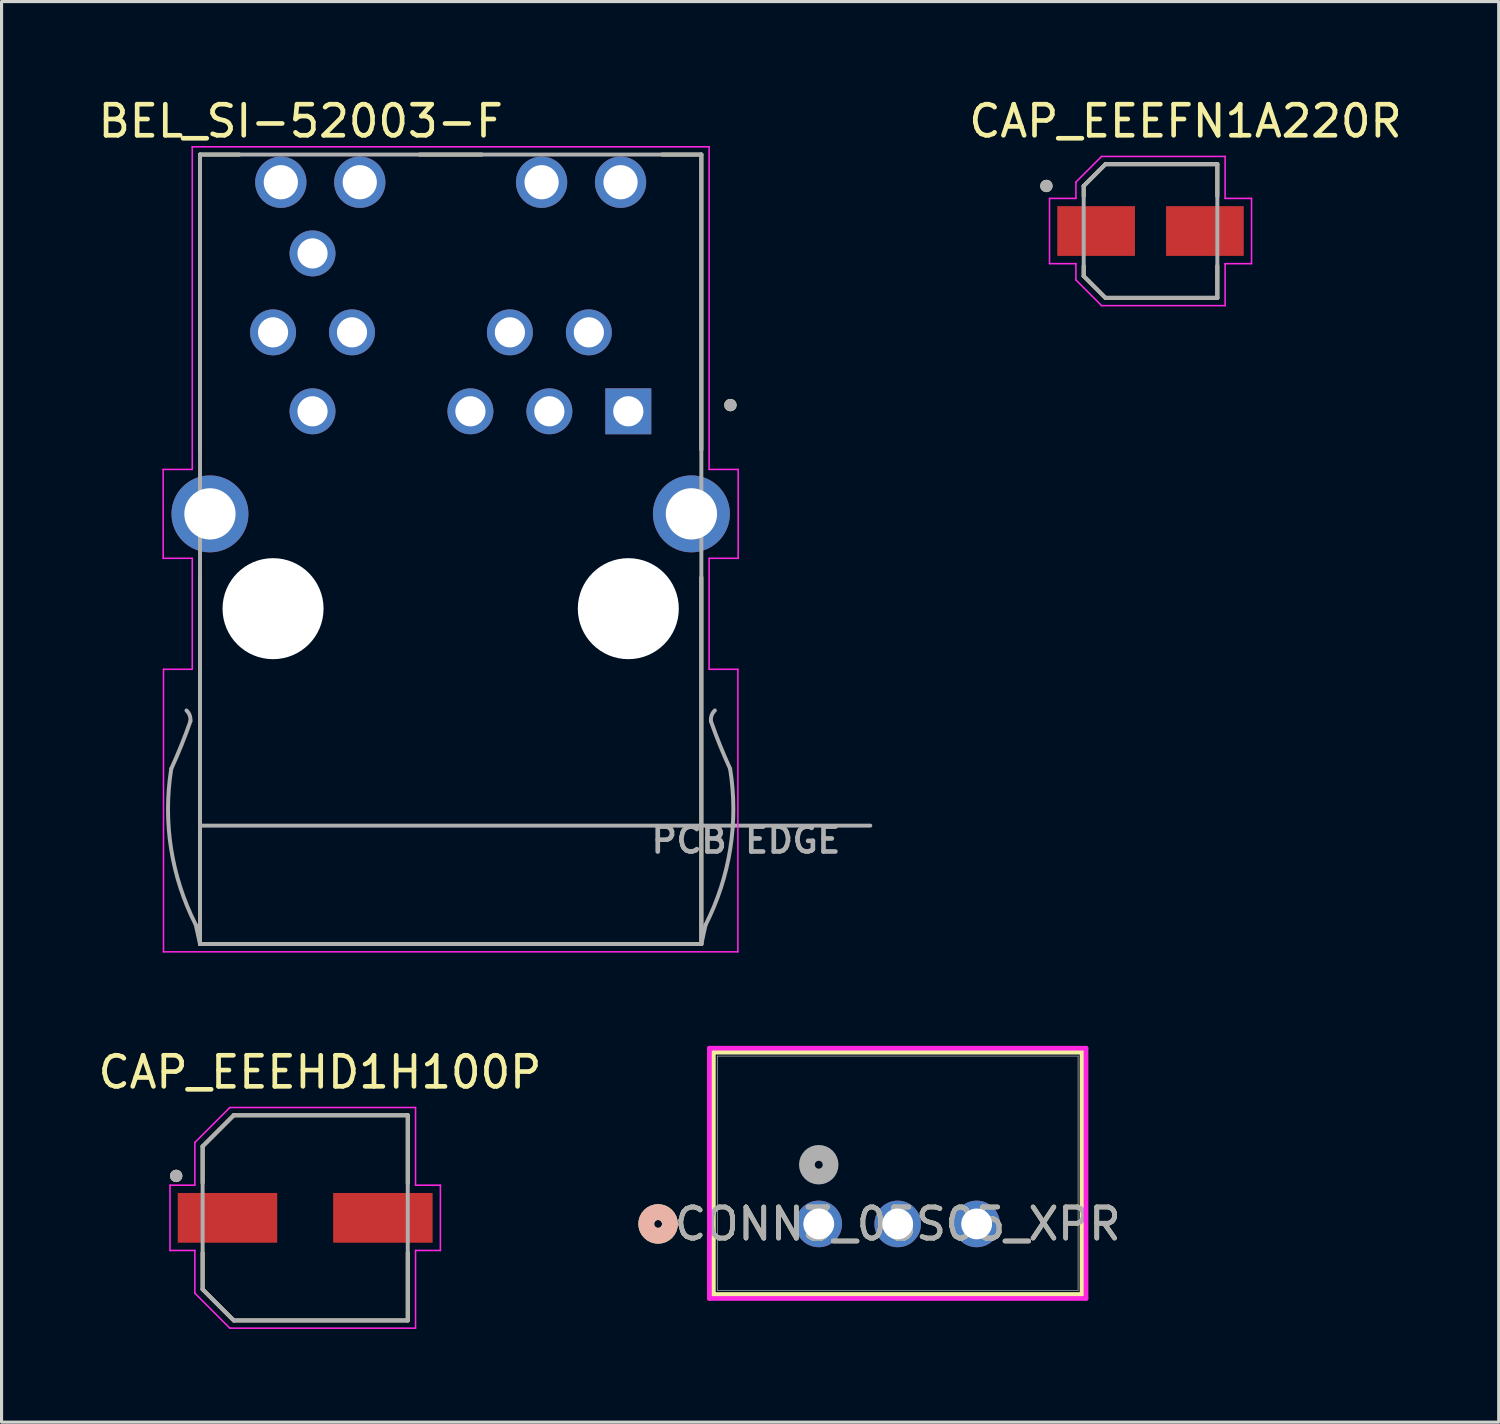
<source format=kicad_pcb>
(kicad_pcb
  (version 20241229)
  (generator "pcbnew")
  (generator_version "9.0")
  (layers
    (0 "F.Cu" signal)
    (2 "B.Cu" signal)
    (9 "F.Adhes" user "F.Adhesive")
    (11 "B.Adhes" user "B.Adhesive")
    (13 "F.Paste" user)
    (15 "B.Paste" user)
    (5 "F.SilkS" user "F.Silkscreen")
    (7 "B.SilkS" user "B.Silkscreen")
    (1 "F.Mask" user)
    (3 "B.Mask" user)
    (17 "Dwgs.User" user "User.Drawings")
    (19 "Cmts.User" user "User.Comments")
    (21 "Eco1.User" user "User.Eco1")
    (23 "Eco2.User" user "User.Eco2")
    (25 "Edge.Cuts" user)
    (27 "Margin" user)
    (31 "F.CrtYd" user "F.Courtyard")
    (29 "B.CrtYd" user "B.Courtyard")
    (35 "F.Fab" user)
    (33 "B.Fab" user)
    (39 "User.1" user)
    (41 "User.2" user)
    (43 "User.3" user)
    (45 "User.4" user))
  (footprint "BEL_SI-52003-F"
    (layer "F.Cu")
    (at 11.45 13.483)
    (property "Reference" "BEL_SI-52003-F" (at -4.825 -12.635 0) (layer "F.SilkS") (effects (font (size 1 1) (thickness 0.15))))
    (attr through_hole)
    (fp_line (start -8.065 -11.56) (end -8.065 -2.06) (stroke (width 0.127) (type solid)) (layer "F.SilkS"))
    (fp_line (start -8.065 -11.56) (end -6.8 -11.56) (stroke (width 0.127) (type solid)) (layer "F.SilkS"))
    (fp_line (start -8.065 2.04) (end -8.065 13.84) (stroke (width 0.127) (type solid)) (layer "F.SilkS"))
    (fp_line (start -1 -11.56) (end 1 -11.56) (stroke (width 0.127) (type solid)) (layer "F.SilkS"))
    (fp_line (start 6.8 -11.56) (end 8.065 -11.56) (stroke (width 0.127) (type solid)) (layer "F.SilkS"))
    (fp_line (start 8.065 -11.56) (end 8.065 -2.06) (stroke (width 0.127) (type solid)) (layer "F.SilkS"))
    (fp_line (start 8.065 2.04) (end 8.065 13.84) (stroke (width 0.127) (type solid)) (layer "F.SilkS"))
    (fp_line (start 8.065 13.84) (end -8.065 13.84) (stroke (width 0.127) (type solid)) (layer "F.SilkS"))
    (fp_circle (center 9 -3.5) (end 9.1 -3.5) (stroke (width 0.2) (type solid)) (fill no) (layer "F.SilkS"))
    (fp_line (start -9.25 -1.43) (end -8.315 -1.43) (stroke (width 0.05) (type solid)) (layer "F.CrtYd"))
    (fp_line (start -9.25 1.43) (end -9.25 -1.43) (stroke (width 0.05) (type solid)) (layer "F.CrtYd"))
    (fp_line (start -9.24 5) (end -8.315 5) (stroke (width 0.05) (type solid)) (layer "F.CrtYd"))
    (fp_line (start -9.24 14.09) (end -9.24 5) (stroke (width 0.05) (type solid)) (layer "F.CrtYd"))
    (fp_line (start -8.315 -11.81) (end 8.315 -11.81) (stroke (width 0.05) (type solid)) (layer "F.CrtYd"))
    (fp_line (start -8.315 -1.43) (end -8.315 -11.81) (stroke (width 0.05) (type solid)) (layer "F.CrtYd"))
    (fp_line (start -8.315 1.43) (end -9.25 1.43) (stroke (width 0.05) (type solid)) (layer "F.CrtYd"))
    (fp_line (start -8.315 5) (end -8.315 1.43) (stroke (width 0.05) (type solid)) (layer "F.CrtYd"))
    (fp_line (start 8.315 -11.81) (end 8.315 -1.43) (stroke (width 0.05) (type solid)) (layer "F.CrtYd"))
    (fp_line (start 8.315 -1.43) (end 9.25 -1.43) (stroke (width 0.05) (type solid)) (layer "F.CrtYd"))
    (fp_line (start 8.315 1.43) (end 8.315 5) (stroke (width 0.05) (type solid)) (layer "F.CrtYd"))
    (fp_line (start 8.315 5) (end 9.24 5) (stroke (width 0.05) (type solid)) (layer "F.CrtYd"))
    (fp_line (start 9.24 5) (end 9.24 14.09) (stroke (width 0.05) (type solid)) (layer "F.CrtYd"))
    (fp_line (start 9.24 14.09) (end -9.24 14.09) (stroke (width 0.05) (type solid)) (layer "F.CrtYd"))
    (fp_line (start 9.25 -1.43) (end 9.25 1.43) (stroke (width 0.05) (type solid)) (layer "F.CrtYd"))
    (fp_line (start 9.25 1.43) (end 8.315 1.43) (stroke (width 0.05) (type solid)) (layer "F.CrtYd"))
    (fp_line (start -8.065 -11.56) (end 8.065 -11.56) (stroke (width 0.127) (type solid)) (layer "F.Fab"))
    (fp_line (start -8.065 10.03) (end -8.065 -11.56) (stroke (width 0.127) (type solid)) (layer "F.Fab"))
    (fp_line (start -8.065 10.03) (end 13.5 10.03) (stroke (width 0.127) (type solid)) (layer "F.Fab"))
    (fp_line (start -8.065 13.84) (end -8.2 13.225) (stroke (width 0.127) (type solid)) (layer "F.Fab"))
    (fp_line (start -8.065 13.84) (end -8.065 10.03) (stroke (width 0.127) (type solid)) (layer "F.Fab"))
    (fp_line (start 8.065 -11.56) (end 8.065 13.84) (stroke (width 0.127) (type solid)) (layer "F.Fab"))
    (fp_line (start 8.065 13.84) (end -8.065 13.84) (stroke (width 0.127) (type solid)) (layer "F.Fab"))
    (fp_line (start 8.065 13.84) (end 8.2 13.225) (stroke (width 0.127) (type solid)) (layer "F.Fab"))
    (fp_arc (start -8.5 6.325) (mid -8.395272 6.484919) (end -8.375 6.675) (stroke (width 0.127) (type solid)) (layer "F.Fab"))
    (fp_arc (start -8.375 6.675) (mid -8.66425 7.44486) (end -8.99 8.2) (stroke (width 0.127) (type solid)) (layer "F.Fab"))
    (fp_arc (start -8.2 13.225) (mid -8.994768 10.775349) (end -8.99 8.2) (stroke (width 0.127) (type solid)) (layer "F.Fab"))
    (fp_arc (start 8.375 6.675) (mid 8.395272 6.484918) (end 8.5 6.325) (stroke (width 0.127) (type solid)) (layer "F.Fab"))
    (fp_arc (start 8.99 8.2) (mid 8.994768 10.775349) (end 8.2 13.225) (stroke (width 0.127) (type solid)) (layer "F.Fab"))
    (fp_arc (start 8.99 8.2) (mid 8.66425 7.44486) (end 8.375 6.675) (stroke (width 0.127) (type solid)) (layer "F.Fab"))
    (fp_circle (center 9 -3.5) (end 9.1 -3.5) (stroke (width 0.2) (type solid)) (fill no) (layer "F.Fab"))
    (fp_text user "PCB EDGE" (at 9.5 10.5 0) (layer "F.Fab") (effects (font (size 0.8 0.8) (thickness 0.15))))
    (pad "" np_thru_hole circle (at -5.715 3.05) (size 3.25 3.25) (drill 3.25) (layers "*.Cu" "*.Mask"))
    (pad "" np_thru_hole circle (at 5.715 3.05) (size 3.25 3.25) (drill 3.25) (layers "*.Cu" "*.Mask"))
    (pad "1" thru_hole rect (at 5.715 -3.3) (size 1.478 1.478) (drill 0.97) (layers "*.Cu" "*.Mask"))
    (pad "2" thru_hole circle (at 4.445 -5.84) (size 1.478 1.478) (drill 0.97) (layers "*.Cu" "*.Mask"))
    (pad "3" thru_hole circle (at 3.175 -3.3) (size 1.478 1.478) (drill 0.97) (layers "*.Cu" "*.Mask"))
    (pad "4" thru_hole circle (at 1.905 -5.84) (size 1.478 1.478) (drill 0.97) (layers "*.Cu" "*.Mask"))
    (pad "5" thru_hole circle (at 0.635 -3.3) (size 1.478 1.478) (drill 0.97) (layers "*.Cu" "*.Mask"))
    (pad "8" thru_hole circle (at -3.175 -5.84) (size 1.478 1.478) (drill 0.97) (layers "*.Cu" "*.Mask"))
    (pad "9" thru_hole circle (at -4.445 -3.3) (size 1.478 1.478) (drill 0.97) (layers "*.Cu" "*.Mask"))
    (pad "10" thru_hole circle (at -5.715 -5.84) (size 1.478 1.478) (drill 0.97) (layers "*.Cu" "*.Mask"))
    (pad "11" thru_hole circle (at -4.445 -8.38) (size 1.478 1.478) (drill 0.97) (layers "*.Cu" "*.Mask"))
    (pad "A1" thru_hole circle (at -5.465 -10.67) (size 1.65 1.65) (drill 1.1) (layers "*.Cu" "*.Mask"))
    (pad "A2" thru_hole circle (at 2.925 -10.67) (size 1.65 1.65) (drill 1.1) (layers "*.Cu" "*.Mask"))
    (pad "C1" thru_hole circle (at -2.925 -10.67) (size 1.65 1.65) (drill 1.1) (layers "*.Cu" "*.Mask"))
    (pad "C2" thru_hole circle (at 5.465 -10.67) (size 1.65 1.65) (drill 1.1) (layers "*.Cu" "*.Mask"))
    (pad "S1" thru_hole circle (at -7.745 0) (size 2.475 2.475) (drill 1.65) (layers "*.Cu" "*.Mask"))
    (pad "S2" thru_hole circle (at 7.745 0) (size 2.475 2.475) (drill 1.65) (layers "*.Cu" "*.Mask")))
  (footprint "CONN3_05S05_XPR"
    (layer "F.Cu")
    (at 23.292 36.328)
    (property "Reference" "CONN3_05S05_XPR" (at 2.54 0 0) (unlocked yes) (layer "F.SilkS") (effects (font (size 1 1) (thickness 0.15))))
    (attr through_hole)
    (fp_line (start -3.391 -5.527) (end -3.391 2.271) (stroke (width 0.152) (type solid)) (layer "F.SilkS"))
    (fp_line (start -3.391 2.271) (end 8.471 2.271) (stroke (width 0.152) (type solid)) (layer "F.SilkS"))
    (fp_line (start 8.471 -5.527) (end -3.391 -5.527) (stroke (width 0.152) (type solid)) (layer "F.SilkS"))
    (fp_line (start 8.471 2.271) (end 8.471 -5.527) (stroke (width 0.152) (type solid)) (layer "F.SilkS"))
    (fp_circle (center -5.169 0) (end -4.788 0) (stroke (width 0.508) (type solid)) (fill no) (layer "F.SilkS"))
    (fp_circle (center -5.169 0) (end -4.788 0) (stroke (width 0.508) (type solid)) (fill no) (layer "B.SilkS"))
    (fp_line (start -3.518 -5.654) (end -3.518 2.398) (stroke (width 0.152) (type solid)) (layer "F.CrtYd"))
    (fp_line (start -3.518 2.398) (end 8.598 2.398) (stroke (width 0.152) (type solid)) (layer "F.CrtYd"))
    (fp_line (start 8.598 -5.654) (end -3.518 -5.654) (stroke (width 0.152) (type solid)) (layer "F.CrtYd"))
    (fp_line (start 8.598 2.398) (end 8.598 -5.654) (stroke (width 0.152) (type solid)) (layer "F.CrtYd"))
    (fp_line (start -3.264 -5.4) (end -3.264 2.144) (stroke (width 0.025) (type solid)) (layer "F.Fab"))
    (fp_line (start -3.264 2.144) (end 8.344 2.144) (stroke (width 0.025) (type solid)) (layer "F.Fab"))
    (fp_line (start 8.344 -5.4) (end -3.264 -5.4) (stroke (width 0.025) (type solid)) (layer "F.Fab"))
    (fp_line (start 8.344 2.144) (end 8.344 -5.4) (stroke (width 0.025) (type solid)) (layer "F.Fab"))
    (fp_circle (center 0 -1.905) (end 0.381 -1.905) (stroke (width 0.508) (type solid)) (fill no) (layer "F.Fab"))
    (fp_text user "${REFERENCE}" (at 2.54 0 0) (unlocked yes) (layer "F.Fab") (effects (font (size 1 1) (thickness 0.15))))
    (pad "1" thru_hole circle (at 0 0) (size 1.499 1.499) (drill 0.991) (layers "*.Cu" "*.Mask"))
    (pad "2" thru_hole circle (at 2.54 0) (size 1.499 1.499) (drill 0.991) (layers "*.Cu" "*.Mask"))
    (pad "3" thru_hole circle (at 5.08 0) (size 1.499 1.499) (drill 0.991) (layers "*.Cu" "*.Mask")))
  (footprint "CAP_EEEFN1A220R"
    (layer "F.Cu")
    (at 33.966 4.383)
    (property "Reference" "CAP_EEEFN1A220R" (at 1.125 -3.535 0) (layer "F.SilkS") (effects (font (size 1 1) (thickness 0.15))))
    (attr smd)
    (fp_line (start -2.15 -1.45) (end -2.15 -1.12) (stroke (width 0.127) (type solid)) (layer "F.SilkS"))
    (fp_line (start -2.15 1.12) (end -2.15 1.45) (stroke (width 0.127) (type solid)) (layer "F.SilkS"))
    (fp_line (start -2.15 1.45) (end -1.45 2.15) (stroke (width 0.127) (type solid)) (layer "F.SilkS"))
    (fp_line (start -1.45 -2.15) (end -2.15 -1.45) (stroke (width 0.127) (type solid)) (layer "F.SilkS"))
    (fp_line (start -1.45 2.15) (end 2.15 2.15) (stroke (width 0.127) (type solid)) (layer "F.SilkS"))
    (fp_line (start 2.15 -2.15) (end -1.45 -2.15) (stroke (width 0.127) (type solid)) (layer "F.SilkS"))
    (fp_line (start 2.15 -1.12) (end 2.15 -2.15) (stroke (width 0.127) (type solid)) (layer "F.SilkS"))
    (fp_line (start 2.15 2.15) (end 2.15 1.12) (stroke (width 0.127) (type solid)) (layer "F.SilkS"))
    (fp_circle (center -3.35 -1.45) (end -3.25 -1.45) (stroke (width 0.2) (type solid)) (fill no) (layer "F.SilkS"))
    (fp_line (start -3.25 -1.05) (end -2.4 -1.05) (stroke (width 0.05) (type solid)) (layer "F.CrtYd"))
    (fp_line (start -3.25 1.05) (end -3.25 -1.05) (stroke (width 0.05) (type solid)) (layer "F.CrtYd"))
    (fp_line (start -2.4 -1.575) (end -1.575 -2.4) (stroke (width 0.05) (type solid)) (layer "F.CrtYd"))
    (fp_line (start -2.4 -1.05) (end -2.4 -1.575) (stroke (width 0.05) (type solid)) (layer "F.CrtYd"))
    (fp_line (start -2.4 1.05) (end -3.25 1.05) (stroke (width 0.05) (type solid)) (layer "F.CrtYd"))
    (fp_line (start -2.4 1.575) (end -2.4 1.05) (stroke (width 0.05) (type solid)) (layer "F.CrtYd"))
    (fp_line (start -1.575 -2.4) (end 2.4 -2.4) (stroke (width 0.05) (type solid)) (layer "F.CrtYd"))
    (fp_line (start -1.575 2.4) (end -2.4 1.575) (stroke (width 0.05) (type solid)) (layer "F.CrtYd"))
    (fp_line (start 2.4 -2.4) (end 2.4 -1.05) (stroke (width 0.05) (type solid)) (layer "F.CrtYd"))
    (fp_line (start 2.4 -1.05) (end 3.25 -1.05) (stroke (width 0.05) (type solid)) (layer "F.CrtYd"))
    (fp_line (start 2.4 1.05) (end 2.4 2.4) (stroke (width 0.05) (type solid)) (layer "F.CrtYd"))
    (fp_line (start 2.4 2.4) (end -1.575 2.4) (stroke (width 0.05) (type solid)) (layer "F.CrtYd"))
    (fp_line (start 3.25 -1.05) (end 3.25 1.05) (stroke (width 0.05) (type solid)) (layer "F.CrtYd"))
    (fp_line (start 3.25 1.05) (end 2.4 1.05) (stroke (width 0.05) (type solid)) (layer "F.CrtYd"))
    (fp_line (start -2.15 -1.45) (end -2.15 1.45) (stroke (width 0.127) (type solid)) (layer "F.Fab"))
    (fp_line (start -2.15 1.45) (end -1.45 2.15) (stroke (width 0.127) (type solid)) (layer "F.Fab"))
    (fp_line (start -1.45 -2.15) (end -2.15 -1.45) (stroke (width 0.127) (type solid)) (layer "F.Fab"))
    (fp_line (start -1.45 2.15) (end 2.15 2.15) (stroke (width 0.127) (type solid)) (layer "F.Fab"))
    (fp_line (start 2.15 -2.15) (end -1.45 -2.15) (stroke (width 0.127) (type solid)) (layer "F.Fab"))
    (fp_line (start 2.15 2.15) (end 2.15 -2.15) (stroke (width 0.127) (type solid)) (layer "F.Fab"))
    (fp_circle (center -3.35 -1.45) (end -3.25 -1.45) (stroke (width 0.2) (type solid)) (fill no) (layer "F.Fab"))
    (pad "1" smd rect (at -1.75 0) (size 2.5 1.6) (layers "F.Cu" "F.Mask" "F.Paste"))
    (pad "2" smd rect (at 1.75 0) (size 2.5 1.6) (layers "F.Cu" "F.Mask" "F.Paste")))
  (footprint "CAP_EEEHD1H100P"
    (layer "F.Cu")
    (at 6.769 36.132)
    (property "Reference" "CAP_EEEHD1H100P" (at 0.475 -4.685 0) (layer "F.SilkS") (effects (font (size 1 1) (thickness 0.15))))
    (attr smd)
    (fp_line (start -3.3 -2.3) (end -3.3 -1.12) (stroke (width 0.127) (type solid)) (layer "F.SilkS"))
    (fp_line (start -3.3 1.12) (end -3.3 2.3) (stroke (width 0.127) (type solid)) (layer "F.SilkS"))
    (fp_line (start -3.3 2.3) (end -2.3 3.3) (stroke (width 0.127) (type solid)) (layer "F.SilkS"))
    (fp_line (start -2.3 -3.3) (end -3.3 -2.3) (stroke (width 0.127) (type solid)) (layer "F.SilkS"))
    (fp_line (start -2.3 3.3) (end 3.3 3.3) (stroke (width 0.127) (type solid)) (layer "F.SilkS"))
    (fp_line (start 3.3 -3.3) (end -2.3 -3.3) (stroke (width 0.127) (type solid)) (layer "F.SilkS"))
    (fp_line (start 3.3 -1.12) (end 3.3 -3.3) (stroke (width 0.127) (type solid)) (layer "F.SilkS"))
    (fp_line (start 3.3 3.3) (end 3.3 1.12) (stroke (width 0.127) (type solid)) (layer "F.SilkS"))
    (fp_circle (center -4.15 -1.35) (end -4.05 -1.35) (stroke (width 0.2) (type solid)) (fill no) (layer "F.SilkS"))
    (fp_line (start -4.35 -1.05) (end -3.55 -1.05) (stroke (width 0.05) (type solid)) (layer "F.CrtYd"))
    (fp_line (start -4.35 1.05) (end -4.35 -1.05) (stroke (width 0.05) (type solid)) (layer "F.CrtYd"))
    (fp_line (start -3.55 -2.425) (end -2.425 -3.55) (stroke (width 0.05) (type solid)) (layer "F.CrtYd"))
    (fp_line (start -3.55 -1.05) (end -3.55 -2.425) (stroke (width 0.05) (type solid)) (layer "F.CrtYd"))
    (fp_line (start -3.55 1.05) (end -4.35 1.05) (stroke (width 0.05) (type solid)) (layer "F.CrtYd"))
    (fp_line (start -3.55 2.425) (end -3.55 1.05) (stroke (width 0.05) (type solid)) (layer "F.CrtYd"))
    (fp_line (start -2.425 -3.55) (end 3.55 -3.55) (stroke (width 0.05) (type solid)) (layer "F.CrtYd"))
    (fp_line (start -2.425 3.55) (end -3.55 2.425) (stroke (width 0.05) (type solid)) (layer "F.CrtYd"))
    (fp_line (start 3.55 -3.55) (end 3.55 -1.05) (stroke (width 0.05) (type solid)) (layer "F.CrtYd"))
    (fp_line (start 3.55 -1.05) (end 4.35 -1.05) (stroke (width 0.05) (type solid)) (layer "F.CrtYd"))
    (fp_line (start 3.55 1.05) (end 3.55 3.55) (stroke (width 0.05) (type solid)) (layer "F.CrtYd"))
    (fp_line (start 3.55 3.55) (end -2.425 3.55) (stroke (width 0.05) (type solid)) (layer "F.CrtYd"))
    (fp_line (start 4.35 -1.05) (end 4.35 1.05) (stroke (width 0.05) (type solid)) (layer "F.CrtYd"))
    (fp_line (start 4.35 1.05) (end 3.55 1.05) (stroke (width 0.05) (type solid)) (layer "F.CrtYd"))
    (fp_line (start -3.3 -2.3) (end -3.3 2.3) (stroke (width 0.127) (type solid)) (layer "F.Fab"))
    (fp_line (start -3.3 2.3) (end -2.3 3.3) (stroke (width 0.127) (type solid)) (layer "F.Fab"))
    (fp_line (start -2.3 -3.3) (end -3.3 -2.3) (stroke (width 0.127) (type solid)) (layer "F.Fab"))
    (fp_line (start -2.3 3.3) (end 3.3 3.3) (stroke (width 0.127) (type solid)) (layer "F.Fab"))
    (fp_line (start 3.3 -3.3) (end -2.3 -3.3) (stroke (width 0.127) (type solid)) (layer "F.Fab"))
    (fp_line (start 3.3 3.3) (end 3.3 -3.3) (stroke (width 0.127) (type solid)) (layer "F.Fab"))
    (fp_circle (center -4.15 -1.35) (end -4.05 -1.35) (stroke (width 0.2) (type solid)) (fill no) (layer "F.Fab"))
    (pad "1" smd rect (at -2.5 0) (size 3.2 1.6) (layers "F.Cu" "F.Mask" "F.Paste"))
    (pad "2" smd rect (at 2.5 0) (size 3.2 1.6) (layers "F.Cu" "F.Mask" "F.Paste")))
  (gr_rect
    (start -3 -3)
    (end 45.168 42.706)
    (stroke (width 0.1) (type default))
    (fill no)
    (layer "Edge.Cuts")))
</source>
